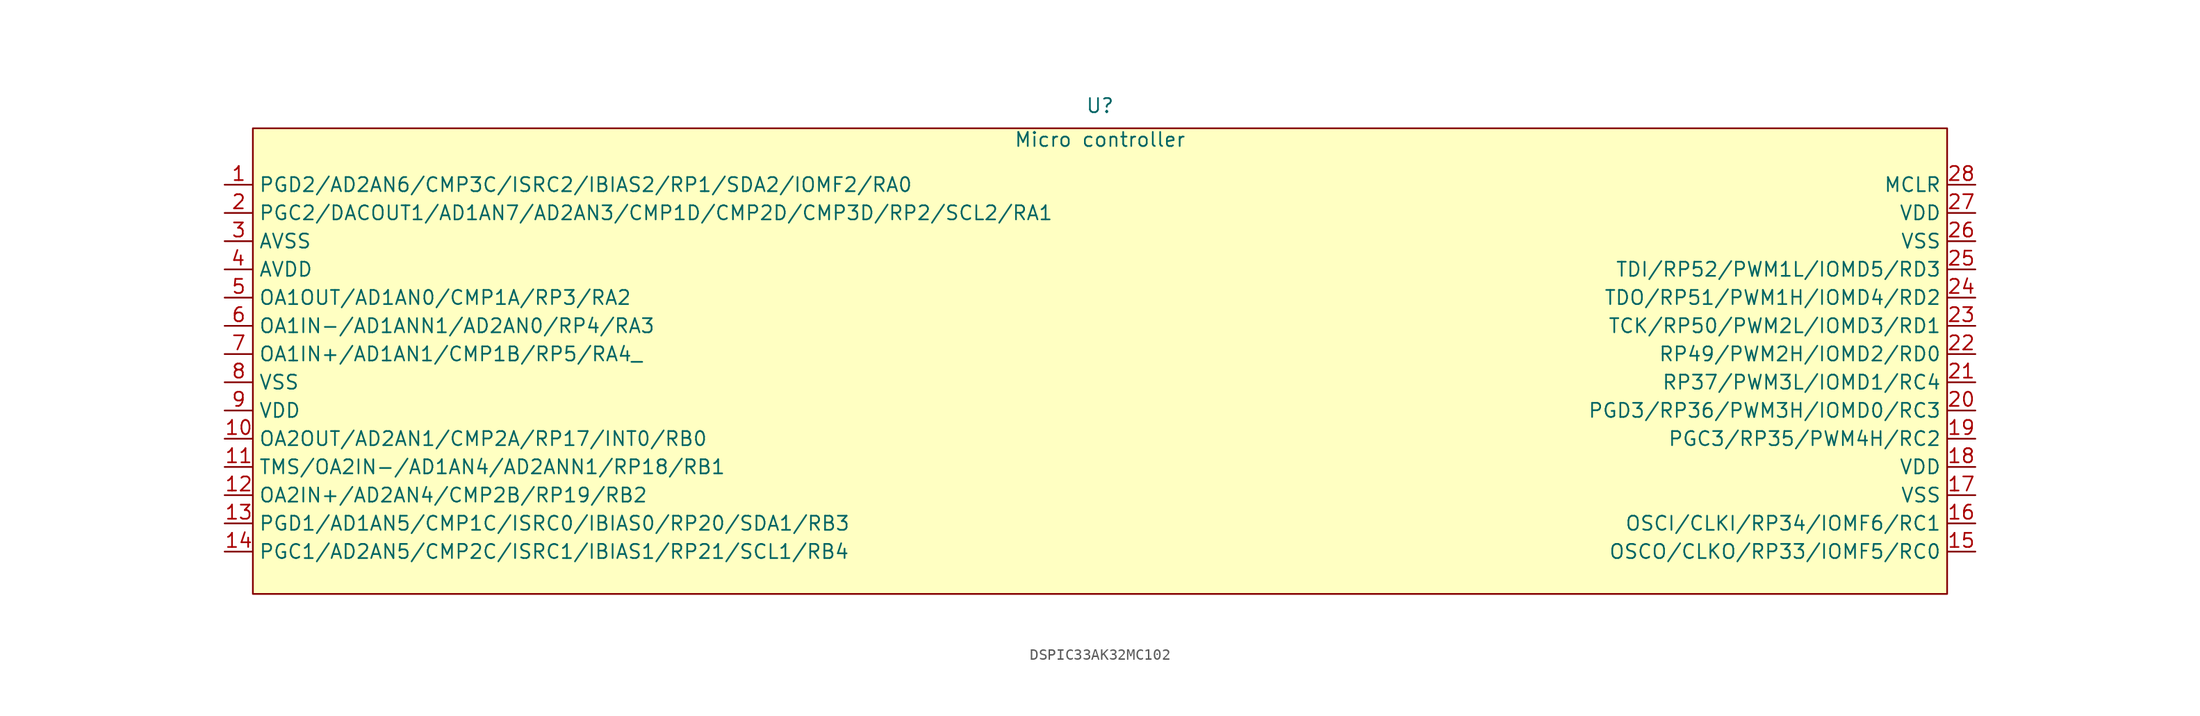
<source format=kicad_sym>
(kicad_symbol_lib
  (version 20241209)
  (generator "kicad_symbol_editor")
  (generator_version "9.0")
  (symbol "DSPIC33AK32MC102"
    (property "Reference" "U"
      (at 0 23.622 0)
      (effects (font (size 1.27 1.27))))
    (property "Value" "Micro controller"
      (at 0 20.574 0)
      (effects (font (size 1.27 1.27))))
    (symbol "DSPIC33AK32MC102_1_1"
      (rectangle (start -76.2 21.59) (end 76.2 -20.32) (stroke (width 0) (type solid)) (fill (type background)))
      (pin bidirectional line (at -78.74 16.51 0) (length 2.54) (name "PGD2/AD2AN6/CMP3C/ISRC2/IBIAS2/RP1/SDA2/IOMF2/RA0" (effects (font (size 1.27 1.27)))) (number "1" (effects (font (size 1.27 1.27)))))
      (pin bidirectional line (at -78.74 13.97 0) (length 2.54) (name "PGC2/DACOUT1/AD1AN7/AD2AN3/CMP1D/CMP2D/CMP3D/RP2/SCL2/RA1" (effects (font (size 1.27 1.27)))) (number "2" (effects (font (size 1.27 1.27)))))
      (pin power_out line (at -78.74 11.43 0) (length 2.54) (name "AVSS" (effects (font (size 1.27 1.27)))) (number "3" (effects (font (size 1.27 1.27)))))
      (pin power_in line (at -78.74 8.89 0) (length 2.54) (name "AVDD" (effects (font (size 1.27 1.27)))) (number "４" (effects (font (size 1.27 1.27)))))
      (pin bidirectional line (at -78.74 6.35 0) (length 2.54) (name "OA1OUT/AD1AN0/CMP1A/RP3/RA2" (effects (font (size 1.27 1.27)))) (number "5" (effects (font (size 1.27 1.27)))))
      (pin bidirectional line (at -78.74 3.81 0) (length 2.54) (name "OA1IN-/AD1ANN1/AD2AN0/RP4/RA3" (effects (font (size 1.27 1.27)))) (number "6" (effects (font (size 1.27 1.27)))))
      (pin bidirectional line (at -78.74 1.27 0) (length 2.54) (name "OA1IN+/AD1AN1/CMP1B/RP5/RA4_" (effects (font (size 1.27 1.27)))) (number "7" (effects (font (size 1.27 1.27)))))
      (pin power_out line (at -78.74 -1.27 0) (length 2.54) (name "VSS" (effects (font (size 1.27 1.27)))) (number "8" (effects (font (size 1.27 1.27)))))
      (pin power_in line (at -78.74 -3.81 0) (length 2.54) (name "VDD" (effects (font (size 1.27 1.27)))) (number "9" (effects (font (size 1.27 1.27)))))
      (pin bidirectional line (at -78.74 -6.35 0) (length 2.54) (name "OA2OUT/AD2AN1/CMP2A/RP17/INT0/RB0" (effects (font (size 1.27 1.27)))) (number "10" (effects (font (size 1.27 1.27)))))
      (pin bidirectional line (at -78.74 -8.89 0) (length 2.54) (name "TMS/OA2IN-/AD1AN4/AD2ANN1/RP18/RB1" (effects (font (size 1.27 1.27)))) (number "11" (effects (font (size 1.27 1.27)))))
      (pin bidirectional line (at -78.74 -11.43 0) (length 2.54) (name "OA2IN+/AD2AN4/CMP2B/RP19/RB2" (effects (font (size 1.27 1.27)))) (number "12" (effects (font (size 1.27 1.27)))))
      (pin bidirectional line (at -78.74 -13.97 0) (length 2.54) (name "PGD1/AD1AN5/CMP1C/ISRC0/IBIAS0/RP20/SDA1/RB3" (effects (font (size 1.27 1.27)))) (number "13" (effects (font (size 1.27 1.27)))))
      (pin bidirectional line (at -78.74 -16.51 0) (length 2.54) (name "PGC1/AD2AN5/CMP2C/ISRC1/IBIAS1/RP21/SCL1/RB4" (effects (font (size 1.27 1.27)))) (number "14" (effects (font (size 1.27 1.27)))))
      (pin input line (at 78.74 16.51 180) (length 2.54) (name "MCLR" (effects (font (size 1.27 1.27)))) (number "28" (effects (font (size 1.27 1.27)))))
      (pin power_in line (at 78.74 13.97 180) (length 2.54) (name "VDD" (effects (font (size 1.27 1.27)))) (number "27" (effects (font (size 1.27 1.27)))))
      (pin power_out line (at 78.74 11.43 180) (length 2.54) (name "VSS" (effects (font (size 1.27 1.27)))) (number "26" (effects (font (size 1.27 1.27)))))
      (pin bidirectional line (at 78.74 8.89 180) (length 2.54) (name "TDI/RP52/PWM1L/IOMD5/RD3" (effects (font (size 1.27 1.27)))) (number "25" (effects (font (size 1.27 1.27)))))
      (pin bidirectional line (at 78.74 6.35 180) (length 2.54) (name "TDO/RP51/PWM1H/IOMD4/RD2" (effects (font (size 1.27 1.27)))) (number "24" (effects (font (size 1.27 1.27)))))
      (pin bidirectional line (at 78.74 3.81 180) (length 2.54) (name "TCK/RP50/PWM2L/IOMD3/RD1" (effects (font (size 1.27 1.27)))) (number "23" (effects (font (size 1.27 1.27)))))
      (pin bidirectional line (at 78.74 1.27 180) (length 2.54) (name "RP49/PWM2H/IOMD2/RD0" (effects (font (size 1.27 1.27)))) (number "22" (effects (font (size 1.27 1.27)))))
      (pin bidirectional line (at 78.74 -1.27 180) (length 2.54) (name "RP37/PWM3L/IOMD1/RC4" (effects (font (size 1.27 1.27)))) (number "21" (effects (font (size 1.27 1.27)))))
      (pin bidirectional line (at 78.74 -3.81 180) (length 2.54) (name "PGD3/RP36/PWM3H/IOMD0/RC3" (effects (font (size 1.27 1.27)))) (number "20" (effects (font (size 1.27 1.27)))))
      (pin bidirectional line (at 78.74 -6.35 180) (length 2.54) (name "PGC3/RP35/PWM4H/RC2" (effects (font (size 1.27 1.27)))) (number "19" (effects (font (size 1.27 1.27)))))
      (pin power_in line (at 78.74 -8.89 180) (length 2.54) (name "VDD" (effects (font (size 1.27 1.27)))) (number "18" (effects (font (size 1.27 1.27)))))
      (pin power_out line (at 78.74 -11.43 180) (length 2.54) (name "VSS" (effects (font (size 1.27 1.27)))) (number "17" (effects (font (size 1.27 1.27)))))
      (pin bidirectional line (at 78.74 -13.97 180) (length 2.54) (name "OSCI/CLKI/RP34/IOMF6/RC1" (effects (font (size 1.27 1.27)))) (number "16" (effects (font (size 1.27 1.27)))))
      (pin bidirectional line (at 78.74 -16.51 180) (length 2.54) (name "OSCO/CLKO/RP33/IOMF5/RC0" (effects (font (size 1.27 1.27)))) (number "15" (effects (font (size 1.27 1.27))))))))
</source>
